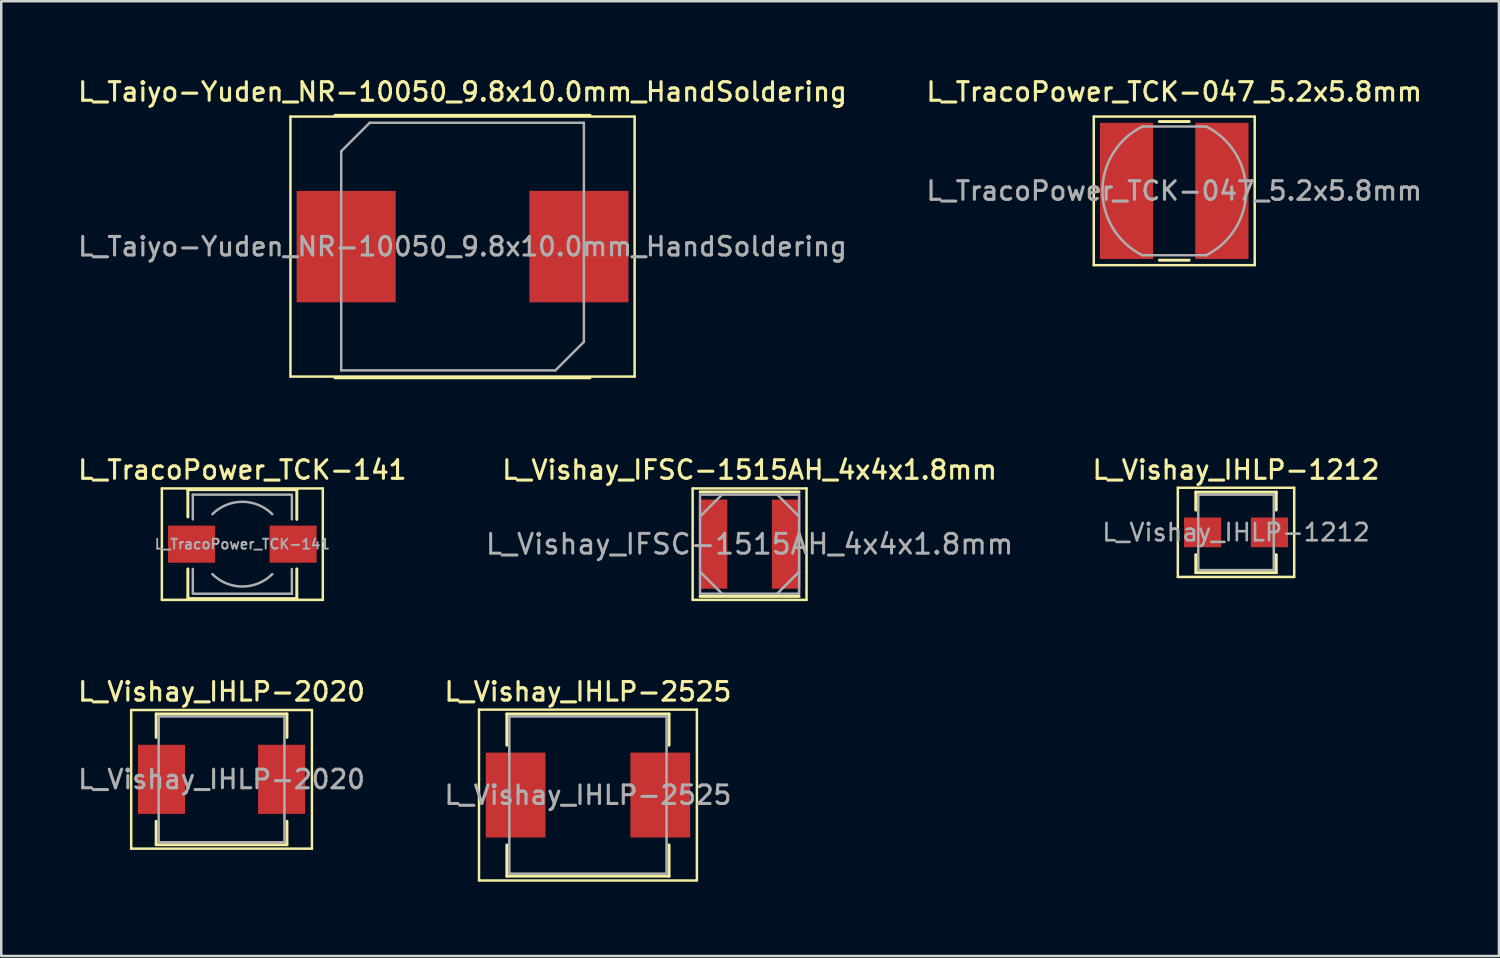
<source format=kicad_pcb>
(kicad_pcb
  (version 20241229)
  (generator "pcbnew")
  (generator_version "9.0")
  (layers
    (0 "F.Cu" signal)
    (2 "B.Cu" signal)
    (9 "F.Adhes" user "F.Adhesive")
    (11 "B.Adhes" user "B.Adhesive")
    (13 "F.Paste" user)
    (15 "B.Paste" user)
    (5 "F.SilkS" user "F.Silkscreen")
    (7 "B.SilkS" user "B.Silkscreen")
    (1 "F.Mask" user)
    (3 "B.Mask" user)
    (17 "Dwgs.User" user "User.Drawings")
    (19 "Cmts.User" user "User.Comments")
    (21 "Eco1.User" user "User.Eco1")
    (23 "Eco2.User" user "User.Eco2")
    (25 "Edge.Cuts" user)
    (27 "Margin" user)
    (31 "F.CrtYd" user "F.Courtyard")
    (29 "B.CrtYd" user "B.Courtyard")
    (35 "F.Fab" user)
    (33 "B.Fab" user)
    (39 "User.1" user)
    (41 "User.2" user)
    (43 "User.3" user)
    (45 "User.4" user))
  (footprint "L_TracoPower_TCK-141"
    (layer "F.Cu")
    (at 6.737 18.926)
    (property "Reference" "L_TracoPower_TCK-141" (at 0 -3 0) (layer "F.SilkS") (effects (font (size 0.75 0.75) (thickness 0.125))))
    (attr smd)
    (fp_line (start -3.25 -2.25) (end -3.25 2.25) (stroke (width 0.1) (type solid)) (layer "F.SilkS"))
    (fp_line (start -3.25 -2.25) (end 3.25 -2.25) (stroke (width 0.1) (type solid)) (layer "F.SilkS"))
    (fp_line (start -3.25 2.25) (end 3.25 2.25) (stroke (width 0.1) (type solid)) (layer "F.SilkS"))
    (fp_line (start -2.2 -2.2) (end 2.2 -2.2) (stroke (width 0.12) (type solid)) (layer "F.SilkS"))
    (fp_line (start -2.2 -1.1) (end -2.2 -2.2) (stroke (width 0.12) (type solid)) (layer "F.SilkS"))
    (fp_line (start -2.2 2.2) (end -2.2 1) (stroke (width 0.12) (type solid)) (layer "F.SilkS"))
    (fp_line (start 2.2 -2.2) (end 2.2 -1) (stroke (width 0.12) (type solid)) (layer "F.SilkS"))
    (fp_line (start 2.2 1) (end 2.2 2.2) (stroke (width 0.12) (type solid)) (layer "F.SilkS"))
    (fp_line (start 2.2 2.2) (end -2.2 2.2) (stroke (width 0.12) (type solid)) (layer "F.SilkS"))
    (fp_line (start 3.25 2.25) (end 3.25 -2.25) (stroke (width 0.1) (type solid)) (layer "F.SilkS"))
    (fp_line (start -2 -2) (end -2 -1) (stroke (width 0.1) (type solid)) (layer "F.Fab"))
    (fp_line (start -2 -2) (end 2 -2) (stroke (width 0.1) (type solid)) (layer "F.Fab"))
    (fp_line (start -2 1.95) (end -2 1) (stroke (width 0.1) (type solid)) (layer "F.Fab"))
    (fp_line (start -2 2) (end 2 2) (stroke (width 0.1) (type solid)) (layer "F.Fab"))
    (fp_line (start 2 -1.95) (end 2 -1) (stroke (width 0.1) (type solid)) (layer "F.Fab"))
    (fp_line (start 2 2) (end 2 1) (stroke (width 0.1) (type solid)) (layer "F.Fab"))
    (fp_arc (start -1.21 -1.21) (mid 0 -1.711198) (end 1.21 -1.21) (stroke (width 0.1) (type solid)) (layer "F.Fab"))
    (fp_arc (start 1.21 1.21) (mid 0 1.711198) (end -1.21 1.21) (stroke (width 0.1) (type solid)) (layer "F.Fab"))
    (fp_text user "${REFERENCE}" (at 0 0 0) (layer "F.Fab") (effects (font (size 0.4 0.4) (thickness 0.075))))
    (pad "1" smd rect (at -2.05 0) (size 1.9 1.5) (layers "F.Cu" "F.Mask" "F.Paste"))
    (pad "2" smd rect (at 2.05 0) (size 1.9 1.5) (layers "F.Cu" "F.Mask" "F.Paste")))
  (footprint "L_Vishay_IHLP-2020"
    (layer "F.Cu")
    (at 5.898 28.424)
    (property "Reference" "L_Vishay_IHLP-2020" (at 0 -3.54 0) (layer "F.SilkS") (effects (font (size 0.75 0.75) (thickness 0.125))))
    (attr smd)
    (fp_line (start -3.65 -2.8) (end -3.65 2.8) (stroke (width 0.1) (type solid)) (layer "F.SilkS"))
    (fp_line (start -3.65 2.8) (end 3.65 2.8) (stroke (width 0.1) (type solid)) (layer "F.SilkS"))
    (fp_line (start -2.64 -2.64) (end 2.64 -2.64) (stroke (width 0.12) (type solid)) (layer "F.SilkS"))
    (fp_line (start -2.64 -1.695) (end -2.64 -2.64) (stroke (width 0.12) (type solid)) (layer "F.SilkS"))
    (fp_line (start -2.64 1.695) (end -2.64 2.64) (stroke (width 0.12) (type solid)) (layer "F.SilkS"))
    (fp_line (start -2.64 2.64) (end 2.64 2.64) (stroke (width 0.12) (type solid)) (layer "F.SilkS"))
    (fp_line (start 2.64 -2.64) (end 2.64 -1.695) (stroke (width 0.12) (type solid)) (layer "F.SilkS"))
    (fp_line (start 2.64 2.64) (end 2.64 1.695) (stroke (width 0.12) (type solid)) (layer "F.SilkS"))
    (fp_line (start 3.65 -2.8) (end -3.65 -2.8) (stroke (width 0.1) (type solid)) (layer "F.SilkS"))
    (fp_line (start 3.65 2.8) (end 3.65 -2.8) (stroke (width 0.1) (type solid)) (layer "F.SilkS"))
    (fp_line (start -2.54 -2.54) (end -2.54 2.54) (stroke (width 0.1) (type solid)) (layer "F.Fab"))
    (fp_line (start -2.54 2.54) (end 2.54 2.54) (stroke (width 0.1) (type solid)) (layer "F.Fab"))
    (fp_line (start 2.54 -2.54) (end -2.54 -2.54) (stroke (width 0.1) (type solid)) (layer "F.Fab"))
    (fp_line (start 2.54 2.54) (end 2.54 -2.54) (stroke (width 0.1) (type solid)) (layer "F.Fab"))
    (fp_text user "${REFERENCE}" (at 0 0 0) (layer "F.Fab") (effects (font (size 0.75 0.75) (thickness 0.125))))
    (pad "1" smd rect (at -2.426 0) (size 1.903 2.79) (layers "F.Cu" "F.Mask" "F.Paste"))
    (pad "2" smd rect (at 2.426 0) (size 1.903 2.79) (layers "F.Cu" "F.Mask" "F.Paste")))
  (footprint "L_TracoPower_TCK-047_5.2x5.8mm"
    (layer "F.Cu")
    (at 44.373 4.658)
    (property "Reference" "L_TracoPower_TCK-047_5.2x5.8mm" (at 0 -4 0) (layer "F.SilkS") (effects (font (size 0.75 0.75) (thickness 0.125))))
    (attr smd)
    (fp_line (start -3.25 -3) (end -3.25 3) (stroke (width 0.1) (type solid)) (layer "F.SilkS"))
    (fp_line (start -3.25 -3) (end 3.25 -3) (stroke (width 0.1) (type solid)) (layer "F.SilkS"))
    (fp_line (start -0.6 2.8) (end 0.6 2.8) (stroke (width 0.12) (type solid)) (layer "F.SilkS"))
    (fp_line (start 0.6 -2.8) (end -0.6 -2.8) (stroke (width 0.12) (type solid)) (layer "F.SilkS"))
    (fp_line (start 3.25 3) (end -3.25 3) (stroke (width 0.1) (type solid)) (layer "F.SilkS"))
    (fp_line (start 3.25 3) (end 3.25 -3) (stroke (width 0.1) (type solid)) (layer "F.SilkS"))
    (fp_line (start -1.285 -2.6) (end 1.285 -2.6) (stroke (width 0.1) (type solid)) (layer "F.Fab"))
    (fp_line (start -1.285 2.6) (end 1.285 2.6) (stroke (width 0.1) (type solid)) (layer "F.Fab"))
    (fp_arc (start -1.285 2.599999) (mid -2.90021 0) (end -1.284999 -2.599999) (stroke (width 0.1) (type solid)) (layer "F.Fab"))
    (fp_arc (start 1.285 -2.599999) (mid 2.90021 0) (end 1.284999 2.599999) (stroke (width 0.1) (type solid)) (layer "F.Fab"))
    (fp_text user "${REFERENCE}" (at 0 0 0) (layer "F.Fab") (effects (font (size 0.75 0.75) (thickness 0.125))))
    (pad "1" smd rect (at -1.925 0 90) (size 5.5 2.15) (layers "F.Cu" "F.Mask" "F.Paste"))
    (pad "2" smd rect (at 1.925 0 90) (size 5.5 2.15) (layers "F.Cu" "F.Mask" "F.Paste")))
  (footprint "L_Vishay_IHLP-2525"
    (layer "F.Cu")
    (at 20.695 29.059)
    (property "Reference" "L_Vishay_IHLP-2525" (at 0 -4.175 0) (layer "F.SilkS") (effects (font (size 0.75 0.75) (thickness 0.125))))
    (attr smd)
    (fp_line (start -4.4 -3.45) (end -4.4 3.45) (stroke (width 0.1) (type solid)) (layer "F.SilkS"))
    (fp_line (start -4.4 3.45) (end 4.4 3.45) (stroke (width 0.1) (type solid)) (layer "F.SilkS"))
    (fp_line (start -3.275 -3.275) (end 3.275 -3.275) (stroke (width 0.12) (type solid)) (layer "F.SilkS"))
    (fp_line (start -3.275 -2.014) (end -3.275 -3.275) (stroke (width 0.12) (type solid)) (layer "F.SilkS"))
    (fp_line (start -3.275 2.014) (end -3.275 3.275) (stroke (width 0.12) (type solid)) (layer "F.SilkS"))
    (fp_line (start -3.275 3.275) (end 3.275 3.275) (stroke (width 0.12) (type solid)) (layer "F.SilkS"))
    (fp_line (start 3.275 -3.275) (end 3.275 -2.014) (stroke (width 0.12) (type solid)) (layer "F.SilkS"))
    (fp_line (start 3.275 3.275) (end 3.275 2.014) (stroke (width 0.12) (type solid)) (layer "F.SilkS"))
    (fp_line (start 4.4 -3.45) (end -4.4 -3.45) (stroke (width 0.1) (type solid)) (layer "F.SilkS"))
    (fp_line (start 4.4 3.45) (end 4.4 -3.45) (stroke (width 0.1) (type solid)) (layer "F.SilkS"))
    (fp_line (start -3.175 -3.175) (end -3.175 3.175) (stroke (width 0.1) (type solid)) (layer "F.Fab"))
    (fp_line (start -3.175 3.175) (end 3.175 3.175) (stroke (width 0.1) (type solid)) (layer "F.Fab"))
    (fp_line (start 3.175 -3.175) (end -3.175 -3.175) (stroke (width 0.1) (type solid)) (layer "F.Fab"))
    (fp_line (start 3.175 3.175) (end 3.175 -3.175) (stroke (width 0.1) (type solid)) (layer "F.Fab"))
    (fp_text user "${REFERENCE}" (at 0 0 0) (layer "F.Fab") (effects (font (size 0.75 0.75) (thickness 0.125))))
    (pad "1" smd rect (at -2.921 0) (size 2.413 3.429) (layers "F.Cu" "F.Mask" "F.Paste"))
    (pad "2" smd rect (at 2.921 0) (size 2.413 3.429) (layers "F.Cu" "F.Mask" "F.Paste")))
  (footprint "L_Vishay_IFSC-1515AH_4x4x1.8mm"
    (layer "F.Cu")
    (at 27.223 18.926)
    (property "Reference" "L_Vishay_IFSC-1515AH_4x4x1.8mm" (at 0 -3 0) (layer "F.SilkS") (effects (font (size 0.75 0.75) (thickness 0.125))))
    (attr smd)
    (fp_line (start -2.3 -2.25) (end 2.3 -2.25) (stroke (width 0.1) (type solid)) (layer "F.SilkS"))
    (fp_line (start -2.3 2.25) (end -2.3 -2.25) (stroke (width 0.1) (type solid)) (layer "F.SilkS"))
    (fp_line (start -2 -2.11) (end 2 -2.11) (stroke (width 0.12) (type solid)) (layer "F.SilkS"))
    (fp_line (start 2 2.11) (end -2 2.11) (stroke (width 0.12) (type solid)) (layer "F.SilkS"))
    (fp_line (start 2.3 -2.25) (end 2.3 2.25) (stroke (width 0.1) (type solid)) (layer "F.SilkS"))
    (fp_line (start 2.3 2.25) (end -2.3 2.25) (stroke (width 0.1) (type solid)) (layer "F.SilkS"))
    (fp_line (start -2 -2) (end 2 -2) (stroke (width 0.1) (type solid)) (layer "F.Fab"))
    (fp_line (start -2 -1.115) (end -1.115 -2) (stroke (width 0.1) (type solid)) (layer "F.Fab"))
    (fp_line (start -2 2) (end -2 -2) (stroke (width 0.1) (type solid)) (layer "F.Fab"))
    (fp_line (start -1.115 2) (end -2 1.115) (stroke (width 0.1) (type solid)) (layer "F.Fab"))
    (fp_line (start 1.115 -2) (end 2 -1.115) (stroke (width 0.1) (type solid)) (layer "F.Fab"))
    (fp_line (start 2 -2) (end 2 2) (stroke (width 0.1) (type solid)) (layer "F.Fab"))
    (fp_line (start 2 1.115) (end 1.115 2) (stroke (width 0.1) (type solid)) (layer "F.Fab"))
    (fp_line (start 2 2) (end -2 2) (stroke (width 0.1) (type solid)) (layer "F.Fab"))
    (fp_text user "${REFERENCE}" (at 0 0 0) (layer "F.Fab") (effects (font (size 0.8 0.8) (thickness 0.12))))
    (pad "1" smd rect (at -1.475 0) (size 1.15 3.6) (layers "F.Cu" "F.Mask" "F.Paste"))
    (pad "2" smd rect (at 1.475 0) (size 1.15 3.6) (layers "F.Cu" "F.Mask" "F.Paste")))
  (footprint "L_Taiyo-Yuden_NR-10050_9.8x10.0mm_HandSoldering"
    (layer "F.Cu")
    (at 15.63 6.908)
    (property "Reference" "L_Taiyo-Yuden_NR-10050_9.8x10.0mm_HandSoldering" (at 0 -6.25 0) (layer "F.SilkS") (effects (font (size 0.75 0.75) (thickness 0.125))))
    (attr smd)
    (fp_line (start -6.95 -5.25) (end -6.95 5.25) (stroke (width 0.1) (type solid)) (layer "F.SilkS"))
    (fp_line (start -6.95 5.25) (end 6.95 5.25) (stroke (width 0.1) (type solid)) (layer "F.SilkS"))
    (fp_line (start -5.15 -5.3) (end 5.15 -5.3) (stroke (width 0.12) (type solid)) (layer "F.SilkS"))
    (fp_line (start -5.15 5.3) (end 5.15 5.3) (stroke (width 0.12) (type solid)) (layer "F.SilkS"))
    (fp_line (start 6.95 -5.25) (end -6.95 -5.25) (stroke (width 0.1) (type solid)) (layer "F.SilkS"))
    (fp_line (start 6.95 5.25) (end 6.95 -5.25) (stroke (width 0.1) (type solid)) (layer "F.SilkS"))
    (fp_line (start -4.9 -3.85) (end -4.9 5) (stroke (width 0.1) (type solid)) (layer "F.Fab"))
    (fp_line (start -4.9 -3.85) (end -3.75 -5) (stroke (width 0.1) (type solid)) (layer "F.Fab"))
    (fp_line (start -4.9 5) (end 3.75 5) (stroke (width 0.1) (type solid)) (layer "F.Fab"))
    (fp_line (start 3.75 5) (end 4.9 3.85) (stroke (width 0.1) (type solid)) (layer "F.Fab"))
    (fp_line (start 4.9 -5) (end -3.75 -5) (stroke (width 0.1) (type solid)) (layer "F.Fab"))
    (fp_line (start 4.9 3.85) (end 4.9 -5) (stroke (width 0.1) (type solid)) (layer "F.Fab"))
    (fp_text user "${REFERENCE}" (at 0 0 0) (layer "F.Fab") (effects (font (size 0.75 0.75) (thickness 0.125))))
    (pad "1" smd rect (at -4.7 0) (size 4 4.5) (layers "F.Cu" "F.Mask" "F.Paste"))
    (pad "2" smd rect (at 4.7 0) (size 4 4.5) (layers "F.Cu" "F.Mask" "F.Paste")))
  (footprint "L_Vishay_IHLP-1212"
    (layer "F.Cu")
    (at 46.868 18.45)
    (property "Reference" "L_Vishay_IHLP-1212" (at 0 -2.524 0) (layer "F.SilkS") (effects (font (size 0.75 0.75) (thickness 0.125))))
    (attr smd)
    (fp_line (start -2.35 -1.8) (end -2.35 1.8) (stroke (width 0.1) (type solid)) (layer "F.SilkS"))
    (fp_line (start -2.35 1.8) (end 2.35 1.8) (stroke (width 0.1) (type solid)) (layer "F.SilkS"))
    (fp_line (start -1.624 -1.624) (end 1.624 -1.624) (stroke (width 0.12) (type solid)) (layer "F.SilkS"))
    (fp_line (start -1.624 -0.9) (end -1.624 -1.624) (stroke (width 0.12) (type solid)) (layer "F.SilkS"))
    (fp_line (start -1.624 0.9) (end -1.624 1.624) (stroke (width 0.12) (type solid)) (layer "F.SilkS"))
    (fp_line (start -1.624 1.624) (end 1.624 1.624) (stroke (width 0.12) (type solid)) (layer "F.SilkS"))
    (fp_line (start 1.624 -1.624) (end 1.624 -0.9) (stroke (width 0.12) (type solid)) (layer "F.SilkS"))
    (fp_line (start 1.624 1.624) (end 1.624 0.9) (stroke (width 0.12) (type solid)) (layer "F.SilkS"))
    (fp_line (start 2.35 -1.8) (end -2.35 -1.8) (stroke (width 0.1) (type solid)) (layer "F.SilkS"))
    (fp_line (start 2.35 1.8) (end 2.35 -1.8) (stroke (width 0.1) (type solid)) (layer "F.SilkS"))
    (fp_line (start -1.524 -1.524) (end -1.524 1.524) (stroke (width 0.1) (type solid)) (layer "F.Fab"))
    (fp_line (start -1.524 1.524) (end 1.524 1.524) (stroke (width 0.1) (type solid)) (layer "F.Fab"))
    (fp_line (start 1.524 -1.524) (end -1.524 -1.524) (stroke (width 0.1) (type solid)) (layer "F.Fab"))
    (fp_line (start 1.524 1.524) (end 1.524 -1.524) (stroke (width 0.1) (type solid)) (layer "F.Fab"))
    (fp_text user "${REFERENCE}" (at 0 0 0) (layer "F.Fab") (effects (font (size 0.7 0.7) (thickness 0.105))))
    (pad "1" smd rect (at -1.35 0) (size 1.5 1.2) (layers "F.Cu" "F.Mask" "F.Paste"))
    (pad "2" smd rect (at 1.35 0) (size 1.5 1.2) (layers "F.Cu" "F.Mask" "F.Paste")))
  (gr_rect
    (start -3 -3)
    (end 57.486 35.559)
    (stroke (width 0.1) (type default))
    (fill no)
    (layer "Edge.Cuts")))
</source>
